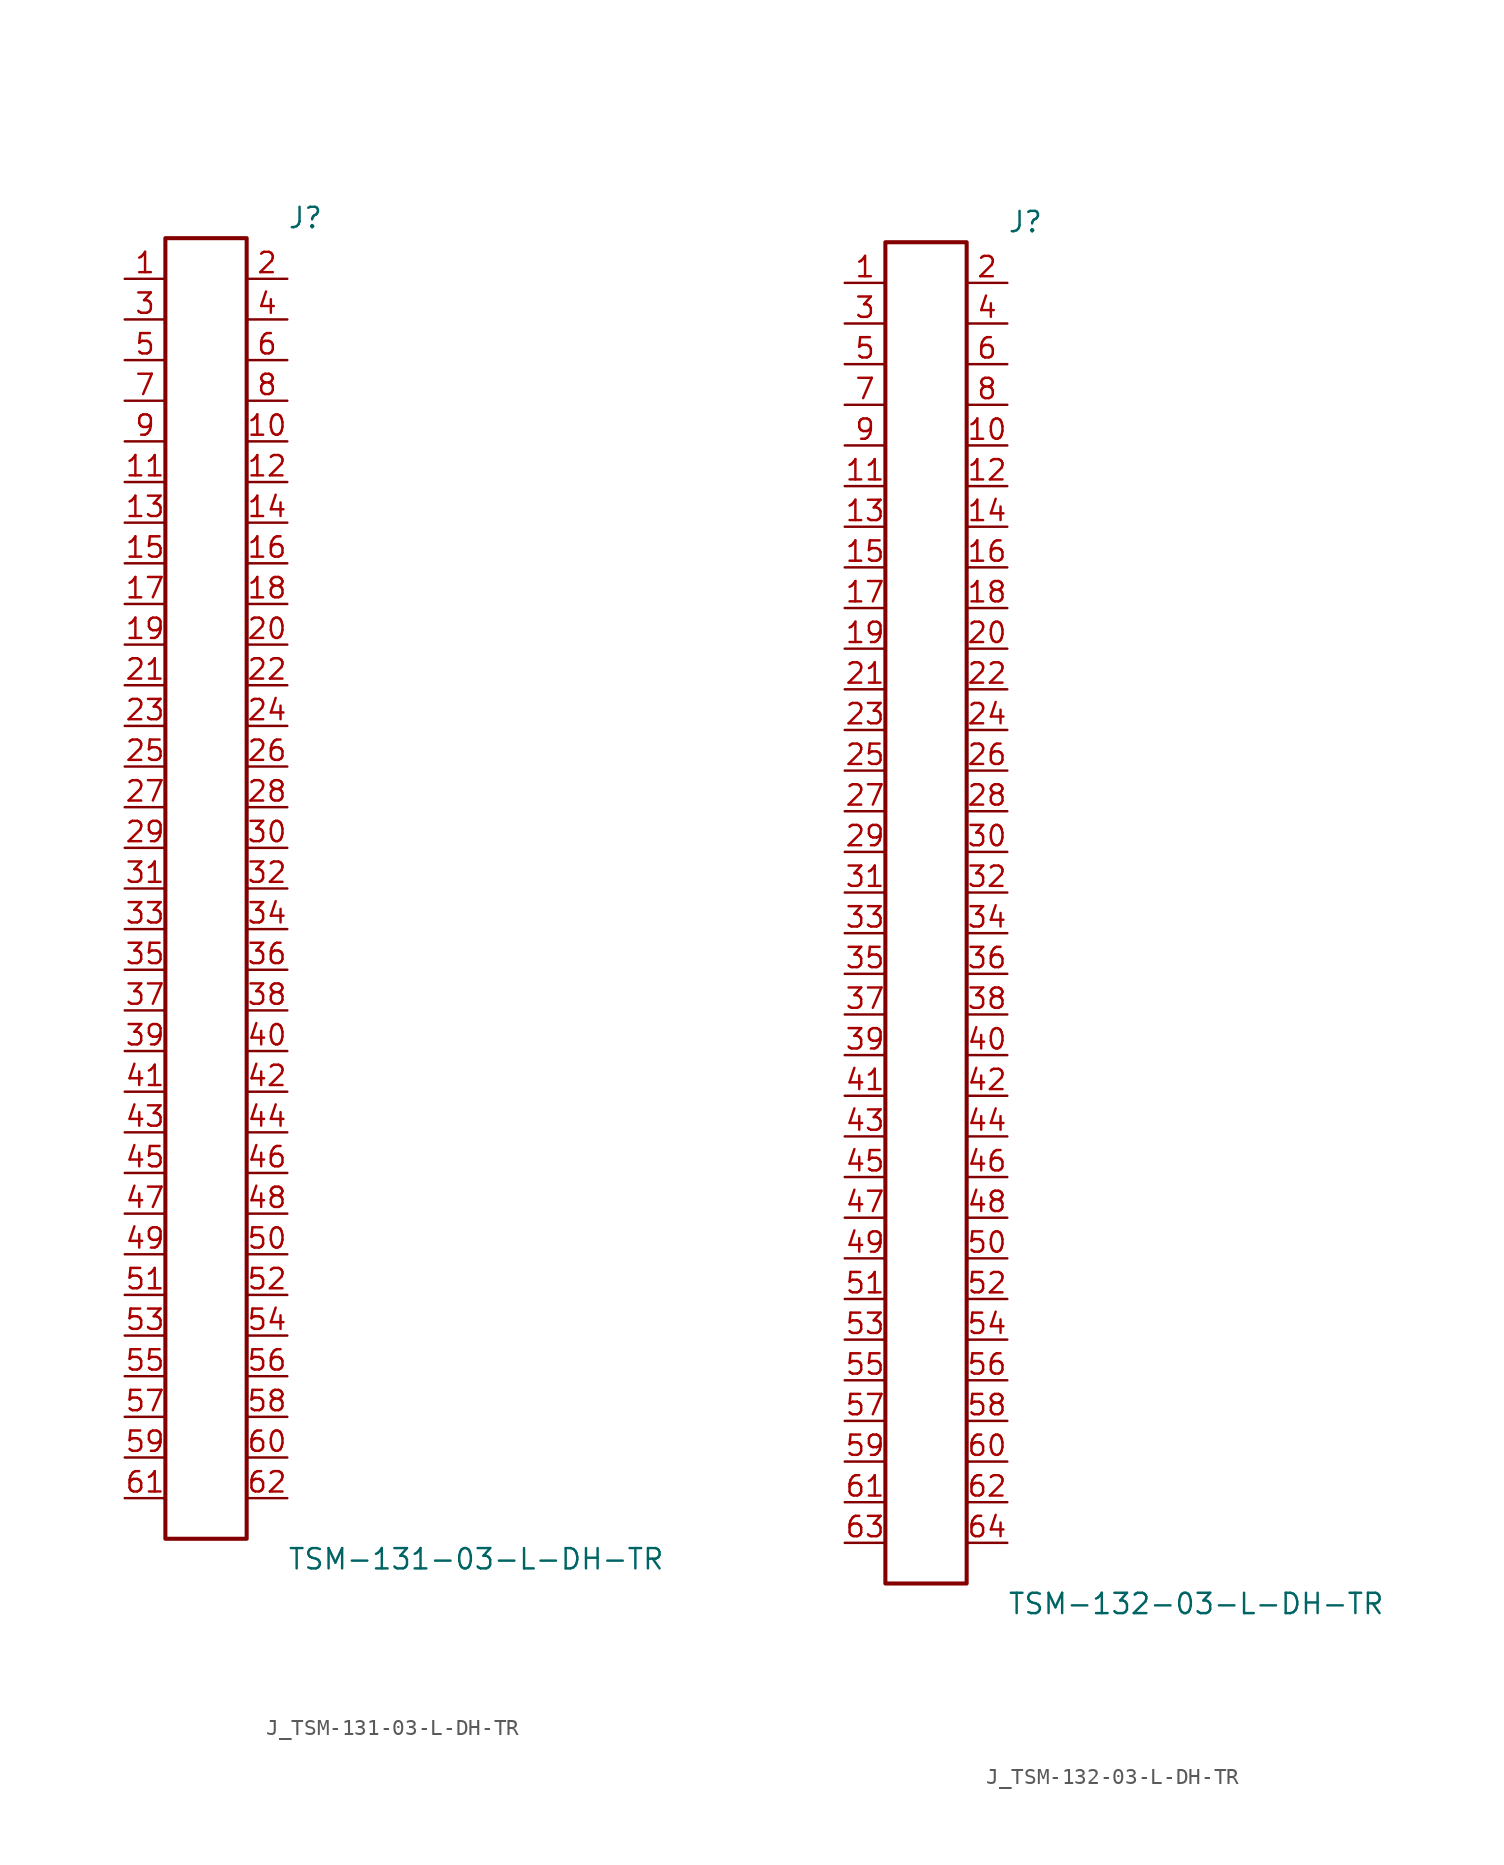
<source format=kicad_sym>
(kicad_symbol_lib
  (version 20231120)
  (generator kicad_symbol_editor)
  (generator_version 8.0)
  (symbol "J_TSM-131-03-L-DH-TR"
    (pin_names
      (offset 0.254))
    (property "Reference" "J"
      (at 5.08 41.91 0)
      (effects (font (size 1.27 1.27)) (justify left)))
    (property "Value" "TSM-131-03-L-DH-TR"
      (at 5.08 -41.91 0)
      (effects (font (size 1.27 1.27)) (justify left)))
    (symbol "J_TSM-131-03-L-DH-TR_0_0"
      (pin passive line (at -5.08 38.1 0) (length 2.54) (name "" (effects (font (size 1.27 1.27)))) (number "1" (effects (font (size 1.27 1.27)))))
      (pin passive line (at 5.08 38.1 180) (length 2.54) (name "" (effects (font (size 1.27 1.27)))) (number "2" (effects (font (size 1.27 1.27)))))
      (pin passive line (at -5.08 35.56 0) (length 2.54) (name "" (effects (font (size 1.27 1.27)))) (number "3" (effects (font (size 1.27 1.27)))))
      (pin passive line (at 5.08 35.56 180) (length 2.54) (name "" (effects (font (size 1.27 1.27)))) (number "4" (effects (font (size 1.27 1.27)))))
      (pin passive line (at -5.08 33.02 0) (length 2.54) (name "" (effects (font (size 1.27 1.27)))) (number "5" (effects (font (size 1.27 1.27)))))
      (pin passive line (at 5.08 33.02 180) (length 2.54) (name "" (effects (font (size 1.27 1.27)))) (number "6" (effects (font (size 1.27 1.27)))))
      (pin passive line (at -5.08 30.48 0) (length 2.54) (name "" (effects (font (size 1.27 1.27)))) (number "7" (effects (font (size 1.27 1.27)))))
      (pin passive line (at 5.08 30.48 180) (length 2.54) (name "" (effects (font (size 1.27 1.27)))) (number "8" (effects (font (size 1.27 1.27)))))
      (pin passive line (at -5.08 27.94 0) (length 2.54) (name "" (effects (font (size 1.27 1.27)))) (number "9" (effects (font (size 1.27 1.27)))))
      (pin passive line (at 5.08 27.94 180) (length 2.54) (name "" (effects (font (size 1.27 1.27)))) (number "10" (effects (font (size 1.27 1.27)))))
      (pin passive line (at -5.08 25.4 0) (length 2.54) (name "" (effects (font (size 1.27 1.27)))) (number "11" (effects (font (size 1.27 1.27)))))
      (pin passive line (at 5.08 25.4 180) (length 2.54) (name "" (effects (font (size 1.27 1.27)))) (number "12" (effects (font (size 1.27 1.27)))))
      (pin passive line (at -5.08 22.86 0) (length 2.54) (name "" (effects (font (size 1.27 1.27)))) (number "13" (effects (font (size 1.27 1.27)))))
      (pin passive line (at 5.08 22.86 180) (length 2.54) (name "" (effects (font (size 1.27 1.27)))) (number "14" (effects (font (size 1.27 1.27)))))
      (pin passive line (at -5.08 20.32 0) (length 2.54) (name "" (effects (font (size 1.27 1.27)))) (number "15" (effects (font (size 1.27 1.27)))))
      (pin passive line (at 5.08 20.32 180) (length 2.54) (name "" (effects (font (size 1.27 1.27)))) (number "16" (effects (font (size 1.27 1.27)))))
      (pin passive line (at -5.08 17.78 0) (length 2.54) (name "" (effects (font (size 1.27 1.27)))) (number "17" (effects (font (size 1.27 1.27)))))
      (pin passive line (at 5.08 17.78 180) (length 2.54) (name "" (effects (font (size 1.27 1.27)))) (number "18" (effects (font (size 1.27 1.27)))))
      (pin passive line (at -5.08 15.24 0) (length 2.54) (name "" (effects (font (size 1.27 1.27)))) (number "19" (effects (font (size 1.27 1.27)))))
      (pin passive line (at 5.08 15.24 180) (length 2.54) (name "" (effects (font (size 1.27 1.27)))) (number "20" (effects (font (size 1.27 1.27)))))
      (pin passive line (at -5.08 12.7 0) (length 2.54) (name "" (effects (font (size 1.27 1.27)))) (number "21" (effects (font (size 1.27 1.27)))))
      (pin passive line (at 5.08 12.7 180) (length 2.54) (name "" (effects (font (size 1.27 1.27)))) (number "22" (effects (font (size 1.27 1.27)))))
      (pin passive line (at -5.08 10.16 0) (length 2.54) (name "" (effects (font (size 1.27 1.27)))) (number "23" (effects (font (size 1.27 1.27)))))
      (pin passive line (at 5.08 10.16 180) (length 2.54) (name "" (effects (font (size 1.27 1.27)))) (number "24" (effects (font (size 1.27 1.27)))))
      (pin passive line (at -5.08 7.62 0) (length 2.54) (name "" (effects (font (size 1.27 1.27)))) (number "25" (effects (font (size 1.27 1.27)))))
      (pin passive line (at 5.08 7.62 180) (length 2.54) (name "" (effects (font (size 1.27 1.27)))) (number "26" (effects (font (size 1.27 1.27)))))
      (pin passive line (at -5.08 5.08 0) (length 2.54) (name "" (effects (font (size 1.27 1.27)))) (number "27" (effects (font (size 1.27 1.27)))))
      (pin passive line (at 5.08 5.08 180) (length 2.54) (name "" (effects (font (size 1.27 1.27)))) (number "28" (effects (font (size 1.27 1.27)))))
      (pin passive line (at -5.08 2.54 0) (length 2.54) (name "" (effects (font (size 1.27 1.27)))) (number "29" (effects (font (size 1.27 1.27)))))
      (pin passive line (at 5.08 2.54 180) (length 2.54) (name "" (effects (font (size 1.27 1.27)))) (number "30" (effects (font (size 1.27 1.27)))))
      (pin passive line (at -5.08 0.0 0) (length 2.54) (name "" (effects (font (size 1.27 1.27)))) (number "31" (effects (font (size 1.27 1.27)))))
      (pin passive line (at 5.08 0.0 180) (length 2.54) (name "" (effects (font (size 1.27 1.27)))) (number "32" (effects (font (size 1.27 1.27)))))
      (pin passive line (at -5.08 -2.54 0) (length 2.54) (name "" (effects (font (size 1.27 1.27)))) (number "33" (effects (font (size 1.27 1.27)))))
      (pin passive line (at 5.08 -2.54 180) (length 2.54) (name "" (effects (font (size 1.27 1.27)))) (number "34" (effects (font (size 1.27 1.27)))))
      (pin passive line (at -5.08 -5.08 0) (length 2.54) (name "" (effects (font (size 1.27 1.27)))) (number "35" (effects (font (size 1.27 1.27)))))
      (pin passive line (at 5.08 -5.08 180) (length 2.54) (name "" (effects (font (size 1.27 1.27)))) (number "36" (effects (font (size 1.27 1.27)))))
      (pin passive line (at -5.08 -7.62 0) (length 2.54) (name "" (effects (font (size 1.27 1.27)))) (number "37" (effects (font (size 1.27 1.27)))))
      (pin passive line (at 5.08 -7.62 180) (length 2.54) (name "" (effects (font (size 1.27 1.27)))) (number "38" (effects (font (size 1.27 1.27)))))
      (pin passive line (at -5.08 -10.16 0) (length 2.54) (name "" (effects (font (size 1.27 1.27)))) (number "39" (effects (font (size 1.27 1.27)))))
      (pin passive line (at 5.08 -10.16 180) (length 2.54) (name "" (effects (font (size 1.27 1.27)))) (number "40" (effects (font (size 1.27 1.27)))))
      (pin passive line (at -5.08 -12.7 0) (length 2.54) (name "" (effects (font (size 1.27 1.27)))) (number "41" (effects (font (size 1.27 1.27)))))
      (pin passive line (at 5.08 -12.7 180) (length 2.54) (name "" (effects (font (size 1.27 1.27)))) (number "42" (effects (font (size 1.27 1.27)))))
      (pin passive line (at -5.08 -15.24 0) (length 2.54) (name "" (effects (font (size 1.27 1.27)))) (number "43" (effects (font (size 1.27 1.27)))))
      (pin passive line (at 5.08 -15.24 180) (length 2.54) (name "" (effects (font (size 1.27 1.27)))) (number "44" (effects (font (size 1.27 1.27)))))
      (pin passive line (at -5.08 -17.78 0) (length 2.54) (name "" (effects (font (size 1.27 1.27)))) (number "45" (effects (font (size 1.27 1.27)))))
      (pin passive line (at 5.08 -17.78 180) (length 2.54) (name "" (effects (font (size 1.27 1.27)))) (number "46" (effects (font (size 1.27 1.27)))))
      (pin passive line (at -5.08 -20.32 0) (length 2.54) (name "" (effects (font (size 1.27 1.27)))) (number "47" (effects (font (size 1.27 1.27)))))
      (pin passive line (at 5.08 -20.32 180) (length 2.54) (name "" (effects (font (size 1.27 1.27)))) (number "48" (effects (font (size 1.27 1.27)))))
      (pin passive line (at -5.08 -22.86 0) (length 2.54) (name "" (effects (font (size 1.27 1.27)))) (number "49" (effects (font (size 1.27 1.27)))))
      (pin passive line (at 5.08 -22.86 180) (length 2.54) (name "" (effects (font (size 1.27 1.27)))) (number "50" (effects (font (size 1.27 1.27)))))
      (pin passive line (at -5.08 -25.4 0) (length 2.54) (name "" (effects (font (size 1.27 1.27)))) (number "51" (effects (font (size 1.27 1.27)))))
      (pin passive line (at 5.08 -25.4 180) (length 2.54) (name "" (effects (font (size 1.27 1.27)))) (number "52" (effects (font (size 1.27 1.27)))))
      (pin passive line (at -5.08 -27.94 0) (length 2.54) (name "" (effects (font (size 1.27 1.27)))) (number "53" (effects (font (size 1.27 1.27)))))
      (pin passive line (at 5.08 -27.94 180) (length 2.54) (name "" (effects (font (size 1.27 1.27)))) (number "54" (effects (font (size 1.27 1.27)))))
      (pin passive line (at -5.08 -30.48 0) (length 2.54) (name "" (effects (font (size 1.27 1.27)))) (number "55" (effects (font (size 1.27 1.27)))))
      (pin passive line (at 5.08 -30.48 180) (length 2.54) (name "" (effects (font (size 1.27 1.27)))) (number "56" (effects (font (size 1.27 1.27)))))
      (pin passive line (at -5.08 -33.02 0) (length 2.54) (name "" (effects (font (size 1.27 1.27)))) (number "57" (effects (font (size 1.27 1.27)))))
      (pin passive line (at 5.08 -33.02 180) (length 2.54) (name "" (effects (font (size 1.27 1.27)))) (number "58" (effects (font (size 1.27 1.27)))))
      (pin passive line (at -5.08 -35.56 0) (length 2.54) (name "" (effects (font (size 1.27 1.27)))) (number "59" (effects (font (size 1.27 1.27)))))
      (pin passive line (at 5.08 -35.56 180) (length 2.54) (name "" (effects (font (size 1.27 1.27)))) (number "60" (effects (font (size 1.27 1.27)))))
      (pin passive line (at -5.08 -38.1 0) (length 2.54) (name "" (effects (font (size 1.27 1.27)))) (number "61" (effects (font (size 1.27 1.27)))))
      (pin passive line (at 5.08 -38.1 180) (length 2.54) (name "" (effects (font (size 1.27 1.27)))) (number "62" (effects (font (size 1.27 1.27))))))
    (symbol "J_TSM-131-03-L-DH-TR_1_0"
      (rectangle (start -2.54 40.64) (end 2.54 -40.64) (stroke (width 0.254) (type solid)) (fill (type none)))))
  (symbol "J_TSM-132-03-L-DH-TR"
    (pin_names
      (offset 0.254))
    (property "Reference" "J"
      (at 5.08 43.18 0)
      (effects (font (size 1.27 1.27)) (justify left)))
    (property "Value" "TSM-132-03-L-DH-TR"
      (at 5.08 -43.18 0)
      (effects (font (size 1.27 1.27)) (justify left)))
    (symbol "J_TSM-132-03-L-DH-TR_0_0"
      (pin passive line (at -5.08 39.37 0) (length 2.54) (name "" (effects (font (size 1.27 1.27)))) (number "1" (effects (font (size 1.27 1.27)))))
      (pin passive line (at 5.08 39.37 180) (length 2.54) (name "" (effects (font (size 1.27 1.27)))) (number "2" (effects (font (size 1.27 1.27)))))
      (pin passive line (at -5.08 36.83 0) (length 2.54) (name "" (effects (font (size 1.27 1.27)))) (number "3" (effects (font (size 1.27 1.27)))))
      (pin passive line (at 5.08 36.83 180) (length 2.54) (name "" (effects (font (size 1.27 1.27)))) (number "4" (effects (font (size 1.27 1.27)))))
      (pin passive line (at -5.08 34.29 0) (length 2.54) (name "" (effects (font (size 1.27 1.27)))) (number "5" (effects (font (size 1.27 1.27)))))
      (pin passive line (at 5.08 34.29 180) (length 2.54) (name "" (effects (font (size 1.27 1.27)))) (number "6" (effects (font (size 1.27 1.27)))))
      (pin passive line (at -5.08 31.75 0) (length 2.54) (name "" (effects (font (size 1.27 1.27)))) (number "7" (effects (font (size 1.27 1.27)))))
      (pin passive line (at 5.08 31.75 180) (length 2.54) (name "" (effects (font (size 1.27 1.27)))) (number "8" (effects (font (size 1.27 1.27)))))
      (pin passive line (at -5.08 29.21 0) (length 2.54) (name "" (effects (font (size 1.27 1.27)))) (number "9" (effects (font (size 1.27 1.27)))))
      (pin passive line (at 5.08 29.21 180) (length 2.54) (name "" (effects (font (size 1.27 1.27)))) (number "10" (effects (font (size 1.27 1.27)))))
      (pin passive line (at -5.08 26.67 0) (length 2.54) (name "" (effects (font (size 1.27 1.27)))) (number "11" (effects (font (size 1.27 1.27)))))
      (pin passive line (at 5.08 26.67 180) (length 2.54) (name "" (effects (font (size 1.27 1.27)))) (number "12" (effects (font (size 1.27 1.27)))))
      (pin passive line (at -5.08 24.13 0) (length 2.54) (name "" (effects (font (size 1.27 1.27)))) (number "13" (effects (font (size 1.27 1.27)))))
      (pin passive line (at 5.08 24.13 180) (length 2.54) (name "" (effects (font (size 1.27 1.27)))) (number "14" (effects (font (size 1.27 1.27)))))
      (pin passive line (at -5.08 21.59 0) (length 2.54) (name "" (effects (font (size 1.27 1.27)))) (number "15" (effects (font (size 1.27 1.27)))))
      (pin passive line (at 5.08 21.59 180) (length 2.54) (name "" (effects (font (size 1.27 1.27)))) (number "16" (effects (font (size 1.27 1.27)))))
      (pin passive line (at -5.08 19.05 0) (length 2.54) (name "" (effects (font (size 1.27 1.27)))) (number "17" (effects (font (size 1.27 1.27)))))
      (pin passive line (at 5.08 19.05 180) (length 2.54) (name "" (effects (font (size 1.27 1.27)))) (number "18" (effects (font (size 1.27 1.27)))))
      (pin passive line (at -5.08 16.51 0) (length 2.54) (name "" (effects (font (size 1.27 1.27)))) (number "19" (effects (font (size 1.27 1.27)))))
      (pin passive line (at 5.08 16.51 180) (length 2.54) (name "" (effects (font (size 1.27 1.27)))) (number "20" (effects (font (size 1.27 1.27)))))
      (pin passive line (at -5.08 13.97 0) (length 2.54) (name "" (effects (font (size 1.27 1.27)))) (number "21" (effects (font (size 1.27 1.27)))))
      (pin passive line (at 5.08 13.97 180) (length 2.54) (name "" (effects (font (size 1.27 1.27)))) (number "22" (effects (font (size 1.27 1.27)))))
      (pin passive line (at -5.08 11.43 0) (length 2.54) (name "" (effects (font (size 1.27 1.27)))) (number "23" (effects (font (size 1.27 1.27)))))
      (pin passive line (at 5.08 11.43 180) (length 2.54) (name "" (effects (font (size 1.27 1.27)))) (number "24" (effects (font (size 1.27 1.27)))))
      (pin passive line (at -5.08 8.89 0) (length 2.54) (name "" (effects (font (size 1.27 1.27)))) (number "25" (effects (font (size 1.27 1.27)))))
      (pin passive line (at 5.08 8.89 180) (length 2.54) (name "" (effects (font (size 1.27 1.27)))) (number "26" (effects (font (size 1.27 1.27)))))
      (pin passive line (at -5.08 6.35 0) (length 2.54) (name "" (effects (font (size 1.27 1.27)))) (number "27" (effects (font (size 1.27 1.27)))))
      (pin passive line (at 5.08 6.35 180) (length 2.54) (name "" (effects (font (size 1.27 1.27)))) (number "28" (effects (font (size 1.27 1.27)))))
      (pin passive line (at -5.08 3.81 0) (length 2.54) (name "" (effects (font (size 1.27 1.27)))) (number "29" (effects (font (size 1.27 1.27)))))
      (pin passive line (at 5.08 3.81 180) (length 2.54) (name "" (effects (font (size 1.27 1.27)))) (number "30" (effects (font (size 1.27 1.27)))))
      (pin passive line (at -5.08 1.27 0) (length 2.54) (name "" (effects (font (size 1.27 1.27)))) (number "31" (effects (font (size 1.27 1.27)))))
      (pin passive line (at 5.08 1.27 180) (length 2.54) (name "" (effects (font (size 1.27 1.27)))) (number "32" (effects (font (size 1.27 1.27)))))
      (pin passive line (at -5.08 -1.27 0) (length 2.54) (name "" (effects (font (size 1.27 1.27)))) (number "33" (effects (font (size 1.27 1.27)))))
      (pin passive line (at 5.08 -1.27 180) (length 2.54) (name "" (effects (font (size 1.27 1.27)))) (number "34" (effects (font (size 1.27 1.27)))))
      (pin passive line (at -5.08 -3.81 0) (length 2.54) (name "" (effects (font (size 1.27 1.27)))) (number "35" (effects (font (size 1.27 1.27)))))
      (pin passive line (at 5.08 -3.81 180) (length 2.54) (name "" (effects (font (size 1.27 1.27)))) (number "36" (effects (font (size 1.27 1.27)))))
      (pin passive line (at -5.08 -6.35 0) (length 2.54) (name "" (effects (font (size 1.27 1.27)))) (number "37" (effects (font (size 1.27 1.27)))))
      (pin passive line (at 5.08 -6.35 180) (length 2.54) (name "" (effects (font (size 1.27 1.27)))) (number "38" (effects (font (size 1.27 1.27)))))
      (pin passive line (at -5.08 -8.89 0) (length 2.54) (name "" (effects (font (size 1.27 1.27)))) (number "39" (effects (font (size 1.27 1.27)))))
      (pin passive line (at 5.08 -8.89 180) (length 2.54) (name "" (effects (font (size 1.27 1.27)))) (number "40" (effects (font (size 1.27 1.27)))))
      (pin passive line (at -5.08 -11.43 0) (length 2.54) (name "" (effects (font (size 1.27 1.27)))) (number "41" (effects (font (size 1.27 1.27)))))
      (pin passive line (at 5.08 -11.43 180) (length 2.54) (name "" (effects (font (size 1.27 1.27)))) (number "42" (effects (font (size 1.27 1.27)))))
      (pin passive line (at -5.08 -13.97 0) (length 2.54) (name "" (effects (font (size 1.27 1.27)))) (number "43" (effects (font (size 1.27 1.27)))))
      (pin passive line (at 5.08 -13.97 180) (length 2.54) (name "" (effects (font (size 1.27 1.27)))) (number "44" (effects (font (size 1.27 1.27)))))
      (pin passive line (at -5.08 -16.51 0) (length 2.54) (name "" (effects (font (size 1.27 1.27)))) (number "45" (effects (font (size 1.27 1.27)))))
      (pin passive line (at 5.08 -16.51 180) (length 2.54) (name "" (effects (font (size 1.27 1.27)))) (number "46" (effects (font (size 1.27 1.27)))))
      (pin passive line (at -5.08 -19.05 0) (length 2.54) (name "" (effects (font (size 1.27 1.27)))) (number "47" (effects (font (size 1.27 1.27)))))
      (pin passive line (at 5.08 -19.05 180) (length 2.54) (name "" (effects (font (size 1.27 1.27)))) (number "48" (effects (font (size 1.27 1.27)))))
      (pin passive line (at -5.08 -21.59 0) (length 2.54) (name "" (effects (font (size 1.27 1.27)))) (number "49" (effects (font (size 1.27 1.27)))))
      (pin passive line (at 5.08 -21.59 180) (length 2.54) (name "" (effects (font (size 1.27 1.27)))) (number "50" (effects (font (size 1.27 1.27)))))
      (pin passive line (at -5.08 -24.13 0) (length 2.54) (name "" (effects (font (size 1.27 1.27)))) (number "51" (effects (font (size 1.27 1.27)))))
      (pin passive line (at 5.08 -24.13 180) (length 2.54) (name "" (effects (font (size 1.27 1.27)))) (number "52" (effects (font (size 1.27 1.27)))))
      (pin passive line (at -5.08 -26.67 0) (length 2.54) (name "" (effects (font (size 1.27 1.27)))) (number "53" (effects (font (size 1.27 1.27)))))
      (pin passive line (at 5.08 -26.67 180) (length 2.54) (name "" (effects (font (size 1.27 1.27)))) (number "54" (effects (font (size 1.27 1.27)))))
      (pin passive line (at -5.08 -29.21 0) (length 2.54) (name "" (effects (font (size 1.27 1.27)))) (number "55" (effects (font (size 1.27 1.27)))))
      (pin passive line (at 5.08 -29.21 180) (length 2.54) (name "" (effects (font (size 1.27 1.27)))) (number "56" (effects (font (size 1.27 1.27)))))
      (pin passive line (at -5.08 -31.75 0) (length 2.54) (name "" (effects (font (size 1.27 1.27)))) (number "57" (effects (font (size 1.27 1.27)))))
      (pin passive line (at 5.08 -31.75 180) (length 2.54) (name "" (effects (font (size 1.27 1.27)))) (number "58" (effects (font (size 1.27 1.27)))))
      (pin passive line (at -5.08 -34.29 0) (length 2.54) (name "" (effects (font (size 1.27 1.27)))) (number "59" (effects (font (size 1.27 1.27)))))
      (pin passive line (at 5.08 -34.29 180) (length 2.54) (name "" (effects (font (size 1.27 1.27)))) (number "60" (effects (font (size 1.27 1.27)))))
      (pin passive line (at -5.08 -36.83 0) (length 2.54) (name "" (effects (font (size 1.27 1.27)))) (number "61" (effects (font (size 1.27 1.27)))))
      (pin passive line (at 5.08 -36.83 180) (length 2.54) (name "" (effects (font (size 1.27 1.27)))) (number "62" (effects (font (size 1.27 1.27)))))
      (pin passive line (at -5.08 -39.37 0) (length 2.54) (name "" (effects (font (size 1.27 1.27)))) (number "63" (effects (font (size 1.27 1.27)))))
      (pin passive line (at 5.08 -39.37 180) (length 2.54) (name "" (effects (font (size 1.27 1.27)))) (number "64" (effects (font (size 1.27 1.27))))))
    (symbol "J_TSM-132-03-L-DH-TR_1_0"
      (rectangle (start -2.54 41.91) (end 2.54 -41.91) (stroke (width 0.254) (type solid)) (fill (type none))))))
</source>
